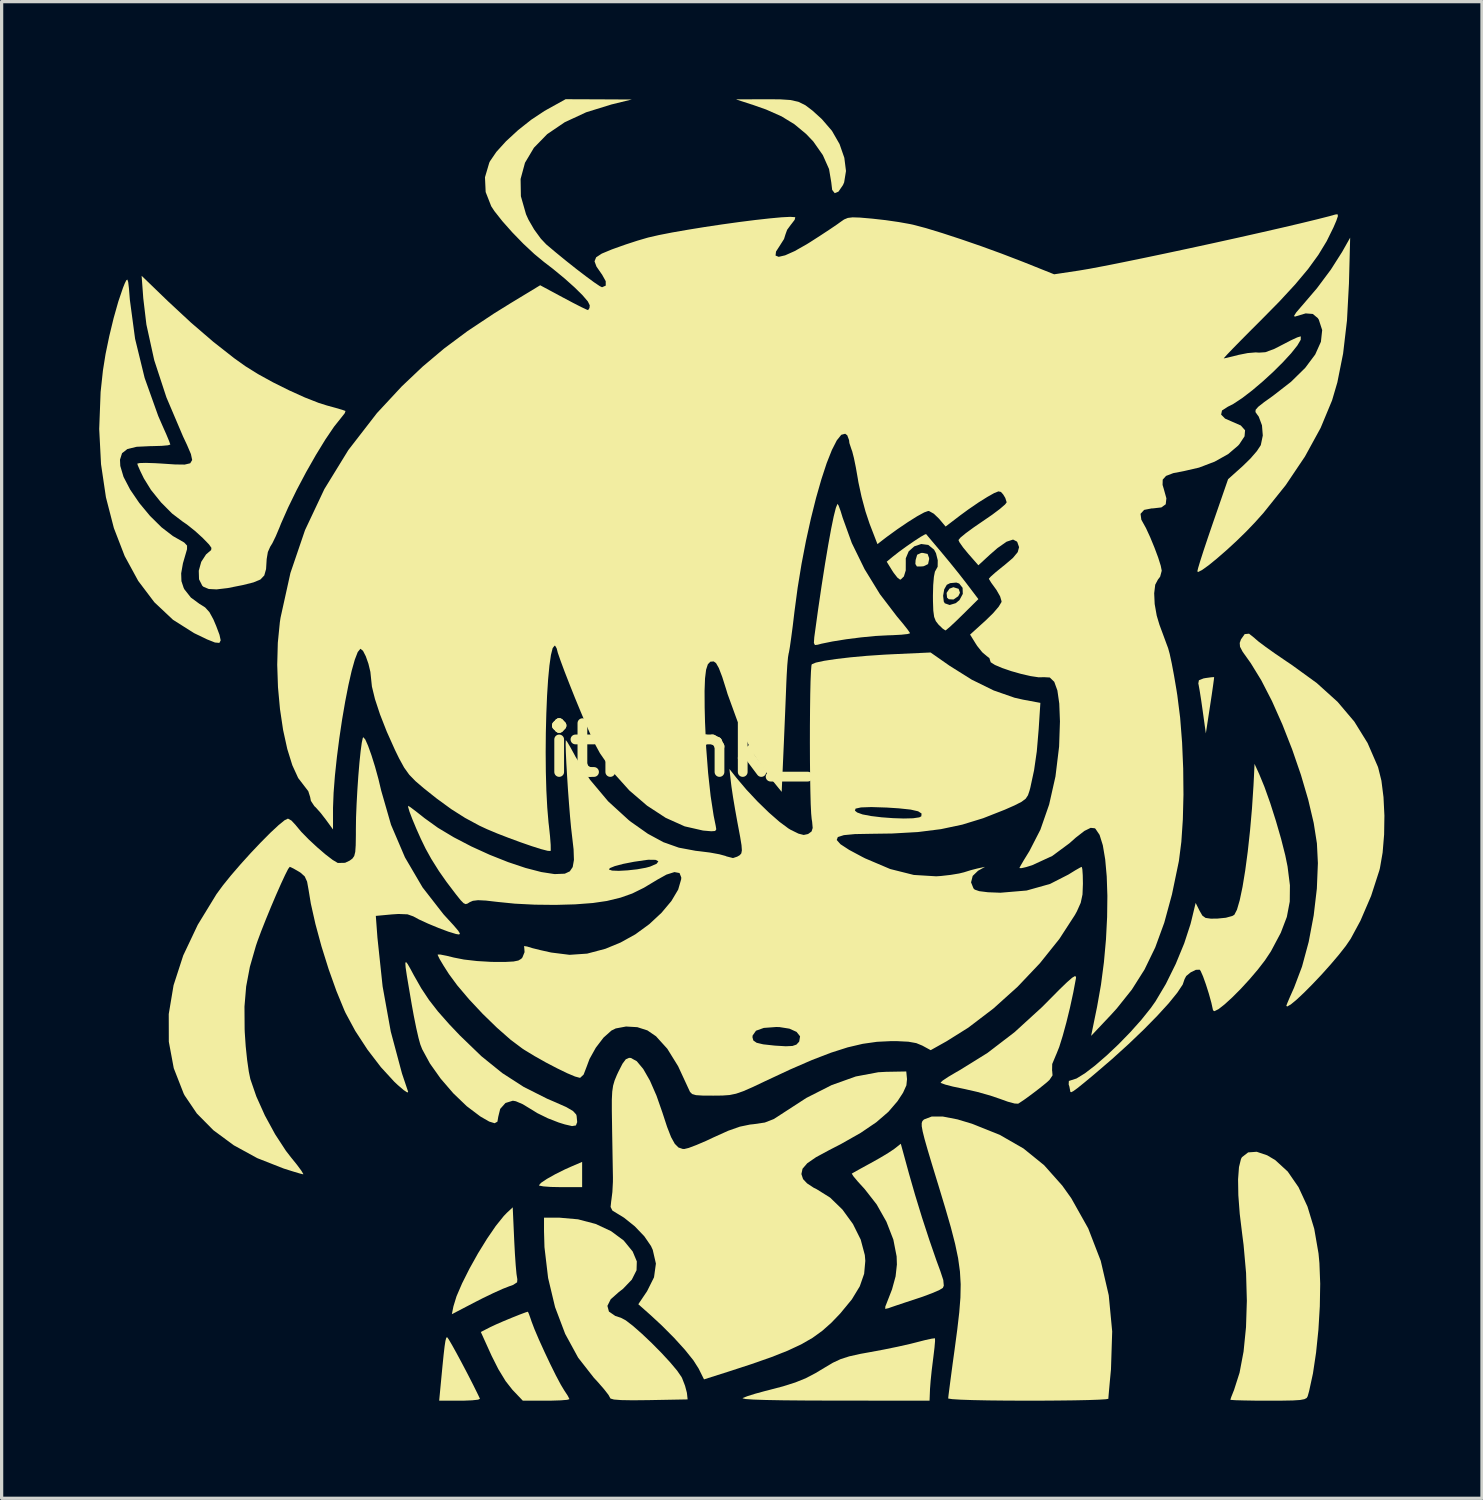
<source format=kicad_pcb>
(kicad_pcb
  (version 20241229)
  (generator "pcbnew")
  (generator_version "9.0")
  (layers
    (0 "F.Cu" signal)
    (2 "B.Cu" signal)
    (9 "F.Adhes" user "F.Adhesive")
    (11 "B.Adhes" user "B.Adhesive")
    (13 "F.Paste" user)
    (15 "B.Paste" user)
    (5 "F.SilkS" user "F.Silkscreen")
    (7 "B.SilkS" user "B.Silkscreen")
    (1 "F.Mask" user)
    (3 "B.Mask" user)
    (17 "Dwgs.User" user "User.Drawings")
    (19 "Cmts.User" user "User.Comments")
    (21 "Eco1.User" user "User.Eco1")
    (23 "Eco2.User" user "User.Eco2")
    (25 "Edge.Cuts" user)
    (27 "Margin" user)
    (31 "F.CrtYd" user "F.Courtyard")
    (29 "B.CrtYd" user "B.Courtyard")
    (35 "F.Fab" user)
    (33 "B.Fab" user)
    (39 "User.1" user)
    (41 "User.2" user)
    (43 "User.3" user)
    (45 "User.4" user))
  (footprint "akithimk_40mm"
    (layer "F.Cu")
    (at 19.927 20.005)
    (property "Reference" "akithimk_40mm" (at 0 0 0) (layer "F.SilkS") (effects (font (size 1.5 1.5) (thickness 0.3))))
    (attr board_only exclude_from_pos_files exclude_from_bom)
    (fp_poly (pts (xy 6.495 -4.952) (xy 6.537 -4.831) (xy 6.484 -4.725) (xy 6.337 -4.624) (xy 6.193 -4.632) (xy 6.139 -4.682) (xy 6.125 -4.827) (xy 6.213 -4.957) (xy 6.334 -5.002)) (stroke (width 0) (type solid)) (fill yes) (layer "F.SilkS"))
    (fp_poly (pts (xy 5.541 -6.025) (xy 5.587 -5.898) (xy 5.588 -5.862) (xy 5.555 -5.713) (xy 5.425 -5.649) (xy 5.367 -5.641) (xy 5.212 -5.639) (xy 5.165 -5.716) (xy 5.172 -5.836) (xy 5.22 -6) (xy 5.341 -6.055) (xy 5.393 -6.057)) (stroke (width 0) (type solid)) (fill yes) (layer "F.SilkS"))
    (fp_poly (pts (xy -5.08 13.054) (xy -5.08 13.442) (xy -5.744 13.442) (xy -6.044 13.436) (xy -6.274 13.419) (xy -6.397 13.395) (xy -6.408 13.384) (xy -6.342 13.309) (xy -6.165 13.19) (xy -5.912 13.048) (xy -5.616 12.9) (xy -5.429 12.816) (xy -5.08 12.666)) (stroke (width 0) (type solid)) (fill yes) (layer "F.SilkS"))
    (fp_poly (pts (xy 14.35 -2.238) (xy 14.342 -2.161) (xy 14.315 -1.962) (xy 14.273 -1.671) (xy 14.227 -1.368) (xy 14.095 -0.508) (xy 13.997 -1.211) (xy 13.95 -1.539) (xy 13.906 -1.817) (xy 13.873 -2.002) (xy 13.864 -2.042) (xy 13.882 -2.141) (xy 14.024 -2.198) (xy 14.085 -2.209) (xy 14.261 -2.233) (xy 14.348 -2.238)) (stroke (width 0) (type solid)) (fill yes) (layer "F.SilkS"))
    (fp_poly (pts (xy -9.184 18.119) (xy -9.081 18.294) (xy -8.938 18.552) (xy -8.771 18.863) (xy -8.595 19.198) (xy -8.426 19.529) (xy -8.279 19.826) (xy -8.221 19.949) (xy -8.279 19.976) (xy -8.46 19.996) (xy -8.728 20.007) (xy -8.834 20.007) (xy -9.475 20.007) (xy -9.425 19.48) (xy -9.376 18.968) (xy -9.338 18.593) (xy -9.308 18.334) (xy -9.283 18.171) (xy -9.26 18.084) (xy -9.238 18.054) (xy -9.232 18.054)) (stroke (width 0) (type solid)) (fill yes) (layer "F.SilkS"))
    (fp_poly (pts (xy -7.167 15.103) (xy -7.146 15.5) (xy -7.122 15.847) (xy -7.098 16.111) (xy -7.075 16.258) (xy -7.072 16.27) (xy -7.079 16.368) (xy -7.203 16.449) (xy -7.322 16.491) (xy -7.519 16.568) (xy -7.808 16.698) (xy -8.143 16.86) (xy -8.353 16.967) (xy -9.085 17.348) (xy -9.037 17.108) (xy -8.942 16.798) (xy -8.77 16.399) (xy -8.544 15.949) (xy -8.283 15.481) (xy -8.006 15.032) (xy -7.736 14.637) (xy -7.49 14.331) (xy -7.397 14.234) (xy -7.214 14.063)) (stroke (width 0) (type solid)) (fill yes) (layer "F.SilkS"))
    (fp_poly (pts (xy 1.007 -20.001) (xy 1.325 -19.98) (xy 1.569 -19.925) (xy 1.78 -19.822) (xy 2 -19.656) (xy 2.269 -19.412) (xy 2.293 -19.389) (xy 2.6 -19.033) (xy 2.834 -18.626) (xy 2.981 -18.203) (xy 3.032 -17.798) (xy 2.975 -17.448) (xy 2.938 -17.364) (xy 2.801 -17.164) (xy 2.685 -17.116) (xy 2.607 -17.217) (xy 2.579 -17.452) (xy 2.511 -17.857) (xy 2.32 -18.287) (xy 2.027 -18.705) (xy 1.806 -18.937) (xy 1.445 -19.236) (xy 1.05 -19.478) (xy 0.576 -19.688) (xy 0.195 -19.822) (xy -0.352 -20) (xy 0.574 -20.004)) (stroke (width 0) (type solid)) (fill yes) (layer "F.SilkS"))
    (fp_poly (pts (xy -6.717 17.338) (xy -6.658 17.503) (xy -6.638 17.565) (xy -6.547 17.805) (xy -6.409 18.129) (xy -6.24 18.501) (xy -6.06 18.882) (xy -5.886 19.233) (xy -5.736 19.515) (xy -5.632 19.688) (xy -5.525 19.851) (xy -5.472 19.954) (xy -5.471 19.961) (xy -5.543 19.981) (xy -5.737 19.997) (xy -6.019 20.006) (xy -6.188 20.007) (xy -6.904 20.007) (xy -7.223 19.672) (xy -7.432 19.406) (xy -7.656 19.038) (xy -7.868 18.617) (xy -7.868 18.616) (xy -8.195 17.895) (xy -7.898 17.743) (xy -7.727 17.663) (xy -7.488 17.559) (xy -7.227 17.451) (xy -6.986 17.355) (xy -6.811 17.29) (xy -6.747 17.272)) (stroke (width 0) (type solid)) (fill yes) (layer "F.SilkS"))
    (fp_poly (pts (xy 2.805 -7.512) (xy 2.866 -7.345) (xy 2.93 -7.137) (xy 3.211 -6.359) (xy 3.603 -5.558) (xy 4.076 -4.787) (xy 4.598 -4.103) (xy 4.787 -3.877) (xy 4.929 -3.697) (xy 4.998 -3.596) (xy 5.001 -3.586) (xy 4.929 -3.563) (xy 4.736 -3.542) (xy 4.458 -3.527) (xy 4.323 -3.523) (xy 3.943 -3.503) (xy 3.499 -3.46) (xy 3.041 -3.402) (xy 2.617 -3.334) (xy 2.278 -3.265) (xy 2.163 -3.234) (xy 2.077 -3.224) (xy 2.045 -3.289) (xy 2.057 -3.463) (xy 2.066 -3.529) (xy 2.174 -4.313) (xy 2.282 -5.046) (xy 2.387 -5.715) (xy 2.486 -6.304) (xy 2.576 -6.798) (xy 2.655 -7.183) (xy 2.721 -7.443) (xy 2.77 -7.563) (xy 2.771 -7.565)) (stroke (width 0) (type solid)) (fill yes) (layer "F.SilkS"))
    (fp_poly (pts (xy 5.768 18.09) (xy 5.77 18.174) (xy 5.753 18.373) (xy 5.72 18.65) (xy 5.71 18.729) (xy 5.667 19.076) (xy 5.633 19.409) (xy 5.614 19.662) (xy 5.614 19.675) (xy 5.601 20.007) (xy 2.664 20.005) (xy 1.813 20.002) (xy 1.117 19.996) (xy 0.575 19.986) (xy 0.184 19.973) (xy -0.055 19.956) (xy -0.146 19.935) (xy -0.141 19.925) (xy -0.004 19.87) (xy 0.237 19.794) (xy 0.537 19.712) (xy 0.607 19.695) (xy 1.094 19.567) (xy 1.473 19.447) (xy 1.791 19.319) (xy 2.093 19.161) (xy 2.373 18.993) (xy 2.63 18.84) (xy 2.866 18.73) (xy 3.13 18.645) (xy 3.469 18.569) (xy 3.768 18.515) (xy 4.192 18.436) (xy 4.626 18.347) (xy 5.007 18.261) (xy 5.197 18.213) (xy 5.466 18.144) (xy 5.669 18.1) (xy 5.765 18.089)) (stroke (width 0) (type solid)) (fill yes) (layer "F.SilkS"))
    (fp_poly (pts (xy 4.969 13.029) (xy 5.157 13.684) (xy 5.371 14.382) (xy 5.595 15.068) (xy 5.81 15.69) (xy 5.93 16.016) (xy 6.023 16.298) (xy 6.039 16.472) (xy 6.01 16.539) (xy 5.903 16.605) (xy 5.684 16.7) (xy 5.391 16.81) (xy 5.211 16.87) (xy 4.883 16.978) (xy 4.598 17.073) (xy 4.399 17.141) (xy 4.344 17.162) (xy 4.238 17.186) (xy 4.242 17.108) (xy 4.258 17.071) (xy 4.447 16.586) (xy 4.557 16.185) (xy 4.597 15.821) (xy 4.589 15.573) (xy 4.488 15.055) (xy 4.275 14.505) (xy 3.973 13.971) (xy 3.606 13.501) (xy 3.586 13.479) (xy 3.397 13.272) (xy 3.263 13.112) (xy 3.211 13.03) (xy 3.212 13.025) (xy 3.291 12.979) (xy 3.472 12.878) (xy 3.72 12.742) (xy 3.789 12.705) (xy 4.077 12.543) (xy 4.335 12.388) (xy 4.511 12.27) (xy 4.526 12.259) (xy 4.717 12.108)) (stroke (width 0) (type solid)) (fill yes) (layer "F.SilkS"))
    (fp_poly (pts (xy 10.104 6.977) (xy 10.102 7.02) (xy 10.02 7.456) (xy 9.919 7.922) (xy 9.807 8.38) (xy 9.693 8.796) (xy 9.588 9.133) (xy 9.499 9.355) (xy 9.493 9.367) (xy 9.372 9.657) (xy 9.368 9.861) (xy 9.371 9.869) (xy 9.382 10.006) (xy 9.288 10.146) (xy 9.19 10.235) (xy 8.974 10.409) (xy 8.729 10.596) (xy 8.502 10.761) (xy 8.341 10.867) (xy 8.323 10.877) (xy 8.215 10.871) (xy 8.01 10.816) (xy 7.776 10.732) (xy 7.468 10.627) (xy 7.081 10.518) (xy 6.69 10.428) (xy 6.624 10.414) (xy 6.321 10.351) (xy 6.086 10.29) (xy 5.956 10.242) (xy 5.94 10.227) (xy 6.003 10.167) (xy 6.174 10.053) (xy 6.419 9.908) (xy 6.528 9.846) (xy 7.379 9.318) (xy 8.213 8.679) (xy 9.054 7.911) (xy 9.269 7.695) (xy 9.598 7.363) (xy 9.833 7.136) (xy 9.987 7.003) (xy 10.073 6.953)) (stroke (width 0) (type solid)) (fill yes) (layer "F.SilkS"))
    (fp_poly (pts (xy 15.98 12.463) (xy 16.228 12.61) (xy 16.612 12.962) (xy 16.945 13.445) (xy 17.22 14.039) (xy 17.428 14.724) (xy 17.559 15.48) (xy 17.587 15.779) (xy 17.611 16.411) (xy 17.599 17.108) (xy 17.556 17.827) (xy 17.484 18.529) (xy 17.388 19.171) (xy 17.27 19.714) (xy 17.226 19.871) (xy 17.195 19.924) (xy 17.125 19.961) (xy 16.992 19.986) (xy 16.772 20) (xy 16.442 20.006) (xy 16.016 20.007) (xy 15.609 20.006) (xy 15.264 20) (xy 15.008 19.993) (xy 14.867 19.983) (xy 14.849 19.978) (xy 14.876 19.894) (xy 14.944 19.723) (xy 14.963 19.676) (xy 15.132 19.147) (xy 15.255 18.496) (xy 15.33 17.75) (xy 15.356 16.936) (xy 15.332 16.082) (xy 15.255 15.215) (xy 15.215 14.904) (xy 15.137 14.262) (xy 15.094 13.689) (xy 15.086 13.204) (xy 15.114 12.826) (xy 15.176 12.575) (xy 15.205 12.522) (xy 15.395 12.374) (xy 15.659 12.355)) (stroke (width 0) (type solid)) (fill yes) (layer "F.SilkS"))
    (fp_poly (pts (xy -5.207 14.431) (xy -4.667 14.573) (xy -4.191 14.795) (xy -3.803 15.082) (xy -3.526 15.421) (xy -3.399 15.725) (xy -3.407 15.997) (xy -3.553 16.286) (xy -3.823 16.568) (xy -3.951 16.667) (xy -4.202 16.89) (xy -4.303 17.093) (xy -4.256 17.268) (xy -4.06 17.403) (xy -3.886 17.459) (xy -3.738 17.538) (xy -3.514 17.711) (xy -3.241 17.951) (xy -2.943 18.234) (xy -2.646 18.534) (xy -2.377 18.825) (xy -2.161 19.082) (xy -2.025 19.279) (xy -2.007 19.314) (xy -1.916 19.549) (xy -1.861 19.757) (xy -1.857 19.783) (xy -1.837 19.968) (xy -3.028 19.99) (xy -3.525 19.995) (xy -3.878 19.989) (xy -4.101 19.972) (xy -4.207 19.942) (xy -4.22 19.921) (xy -4.271 19.828) (xy -4.407 19.653) (xy -4.604 19.427) (xy -4.724 19.297) (xy -5.203 18.684) (xy -5.601 17.954) (xy -5.912 17.131) (xy -6.126 16.235) (xy -6.238 15.288) (xy -6.252 14.793) (xy -6.252 14.38) (xy -5.787 14.38)) (stroke (width 0) (type solid)) (fill yes) (layer "F.SilkS"))
    (fp_poly (pts (xy -10.445 6.582) (xy -10.364 6.723) (xy -10.256 6.924) (xy -10.027 7.327) (xy -9.789 7.686) (xy -9.513 8.041) (xy -9.17 8.43) (xy -8.838 8.779) (xy -8.178 9.416) (xy -7.536 9.935) (xy -6.876 10.361) (xy -6.157 10.723) (xy -5.901 10.833) (xy -5.567 10.981) (xy -5.362 11.101) (xy -5.265 11.206) (xy -5.25 11.251) (xy -5.232 11.443) (xy -5.271 11.545) (xy -5.39 11.565) (xy -5.615 11.513) (xy -5.801 11.455) (xy -6.133 11.326) (xy -6.461 11.165) (xy -6.673 11.034) (xy -6.905 10.893) (xy -7.117 10.802) (xy -7.21 10.785) (xy -7.437 10.855) (xy -7.599 11.037) (xy -7.659 11.28) (xy -7.684 11.429) (xy -7.77 11.477) (xy -7.937 11.426) (xy -8.203 11.273) (xy -8.215 11.265) (xy -8.626 10.955) (xy -9.042 10.556) (xy -9.43 10.105) (xy -9.759 9.641) (xy -9.997 9.203) (xy -10.056 9.052) (xy -10.11 8.856) (xy -10.18 8.55) (xy -10.255 8.178) (xy -10.317 7.837) (xy -10.406 7.315) (xy -10.47 6.935) (xy -10.507 6.684) (xy -10.515 6.55) (xy -10.495 6.52)) (stroke (width 0) (type solid)) (fill yes) (layer "F.SilkS"))
    (fp_poly (pts (xy 6.46 11.359) (xy 6.905 11.493) (xy 7.758 11.834) (xy 8.489 12.254) (xy 9.123 12.768) (xy 9.681 13.395) (xy 9.959 13.785) (xy 10.479 14.711) (xy 10.864 15.708) (xy 11.11 16.767) (xy 11.216 17.879) (xy 11.179 19.032) (xy 11.178 19.051) (xy 11.145 19.399) (xy 11.119 19.688) (xy 11.102 19.883) (xy 11.098 19.949) (xy 11.023 19.963) (xy 10.81 19.976) (xy 10.478 19.988) (xy 10.046 19.997) (xy 9.532 20.003) (xy 8.955 20.007) (xy 8.636 20.007) (xy 7.985 20.005) (xy 7.411 19.999) (xy 6.928 19.989) (xy 6.552 19.976) (xy 6.298 19.96) (xy 6.18 19.942) (xy 6.174 19.936) (xy 6.184 19.839) (xy 6.213 19.613) (xy 6.256 19.284) (xy 6.31 18.878) (xy 6.37 18.444) (xy 6.453 17.82) (xy 6.514 17.294) (xy 6.55 16.839) (xy 6.558 16.427) (xy 6.535 16.032) (xy 6.479 15.627) (xy 6.386 15.183) (xy 6.255 14.675) (xy 6.081 14.074) (xy 5.863 13.353) (xy 5.845 13.296) (xy 5.671 12.726) (xy 5.54 12.288) (xy 5.447 11.961) (xy 5.389 11.729) (xy 5.361 11.572) (xy 5.36 11.472) (xy 5.381 11.411) (xy 5.422 11.369) (xy 5.432 11.361) (xy 5.666 11.272) (xy 6.006 11.271)) (stroke (width 0) (type solid)) (fill yes) (layer "F.SilkS"))
    (fp_poly (pts (xy 15.593 -3.438) (xy 15.598 -3.432) (xy 15.714 -3.332) (xy 15.934 -3.167) (xy 16.231 -2.956) (xy 16.576 -2.721) (xy 16.727 -2.62) (xy 17.506 -2.055) (xy 18.145 -1.478) (xy 18.66 -0.87) (xy 19.068 -0.211) (xy 19.384 0.517) (xy 19.394 0.547) (xy 19.493 0.946) (xy 19.557 1.453) (xy 19.585 2.02) (xy 19.576 2.603) (xy 19.53 3.157) (xy 19.447 3.636) (xy 19.429 3.706) (xy 19.176 4.489) (xy 18.848 5.252) (xy 18.547 5.809) (xy 18.395 6.031) (xy 18.184 6.299) (xy 17.933 6.595) (xy 17.66 6.9) (xy 17.382 7.194) (xy 17.119 7.459) (xy 16.888 7.676) (xy 16.708 7.825) (xy 16.596 7.889) (xy 16.569 7.868) (xy 16.599 7.787) (xy 16.677 7.602) (xy 16.789 7.351) (xy 16.805 7.316) (xy 17.052 6.662) (xy 17.257 5.903) (xy 17.411 5.088) (xy 17.508 4.265) (xy 17.54 3.481) (xy 17.51 2.874) (xy 17.411 2.245) (xy 17.243 1.532) (xy 17.019 0.769) (xy 16.75 -0.013) (xy 16.449 -0.78) (xy 16.129 -1.5) (xy 15.8 -2.139) (xy 15.477 -2.666) (xy 15.388 -2.791) (xy 15.225 -3.02) (xy 15.146 -3.171) (xy 15.137 -3.289) (xy 15.174 -3.396) (xy 15.289 -3.56) (xy 15.423 -3.573)) (stroke (width 0) (type solid)) (fill yes) (layer "F.SilkS"))
    (fp_poly (pts (xy 18.495 -14.341) (xy 18.434 -13.201) (xy 18.315 -12.184) (xy 18.138 -11.298) (xy 17.976 -10.746) (xy 17.624 -9.899) (xy 17.143 -9.021) (xy 16.55 -8.139) (xy 15.863 -7.282) (xy 15.606 -6.995) (xy 15.33 -6.707) (xy 15.029 -6.414) (xy 14.724 -6.134) (xy 14.434 -5.882) (xy 14.181 -5.676) (xy 13.983 -5.534) (xy 13.862 -5.471) (xy 13.833 -5.487) (xy 13.858 -5.592) (xy 13.926 -5.818) (xy 14.03 -6.142) (xy 14.162 -6.536) (xy 14.306 -6.958) (xy 14.779 -8.323) (xy 15.233 -8.73) (xy 15.468 -8.96) (xy 15.663 -9.185) (xy 15.78 -9.362) (xy 15.786 -9.376) (xy 15.846 -9.665) (xy 15.821 -9.979) (xy 15.721 -10.247) (xy 15.669 -10.317) (xy 15.621 -10.387) (xy 15.626 -10.457) (xy 15.705 -10.548) (xy 15.877 -10.684) (xy 16.154 -10.882) (xy 16.713 -11.316) (xy 17.149 -11.744) (xy 17.458 -12.157) (xy 17.633 -12.548) (xy 17.672 -12.907) (xy 17.568 -13.227) (xy 17.536 -13.276) (xy 17.383 -13.403) (xy 17.164 -13.42) (xy 16.856 -13.328) (xy 16.842 -13.323) (xy 16.803 -13.336) (xy 16.87 -13.445) (xy 17.036 -13.639) (xy 17.041 -13.644) (xy 17.509 -14.191) (xy 17.939 -14.767) (xy 18.287 -15.314) (xy 18.293 -15.325) (xy 18.532 -15.748)) (stroke (width 0) (type solid)) (fill yes) (layer "F.SilkS"))
    (fp_poly (pts (xy 5.553 -6.565) (xy 5.687 -6.406) (xy 5.872 -6.187) (xy 5.949 -6.096) (xy 6.212 -5.779) (xy 6.494 -5.43) (xy 6.734 -5.122) (xy 6.741 -5.112) (xy 7.102 -4.636) (xy 6.616 -4.155) (xy 6.394 -3.939) (xy 6.215 -3.773) (xy 6.106 -3.683) (xy 6.088 -3.673) (xy 6.01 -3.724) (xy 5.881 -3.848) (xy 5.875 -3.854) (xy 5.793 -3.96) (xy 5.742 -4.09) (xy 5.716 -4.283) (xy 5.706 -4.576) (xy 5.705 -4.738) (xy 6.018 -4.738) (xy 6.038 -4.561) (xy 6.07 -4.507) (xy 6.219 -4.455) (xy 6.405 -4.511) (xy 6.52 -4.605) (xy 6.623 -4.796) (xy 6.617 -4.983) (xy 6.512 -5.115) (xy 6.424 -5.145) (xy 6.233 -5.127) (xy 6.131 -5.076) (xy 6.052 -4.937) (xy 6.018 -4.738) (xy 5.705 -4.738) (xy 5.705 -4.748) (xy 5.713 -5.068) (xy 5.735 -5.324) (xy 5.766 -5.481) (xy 5.783 -5.51) (xy 5.85 -5.631) (xy 5.853 -5.831) (xy 5.799 -6.047) (xy 5.74 -6.157) (xy 5.561 -6.302) (xy 5.345 -6.33) (xy 5.132 -6.258) (xy 4.96 -6.105) (xy 4.87 -5.89) (xy 4.87 -5.744) (xy 4.869 -5.519) (xy 4.812 -5.333) (xy 4.715 -5.239) (xy 4.693 -5.236) (xy 4.612 -5.297) (xy 4.495 -5.448) (xy 4.454 -5.511) (xy 4.284 -5.786) (xy 4.467 -5.938) (xy 4.66 -6.089) (xy 4.891 -6.257) (xy 5.124 -6.418) (xy 5.325 -6.549) (xy 5.46 -6.625) (xy 5.496 -6.634)) (stroke (width 0) (type solid)) (fill yes) (layer "F.SilkS"))
    (fp_poly (pts (xy -19.036 -14.384) (xy -19.013 -14.192) (xy -18.987 -13.865) (xy -18.984 -13.833) (xy -18.824 -12.639) (xy -18.53 -11.435) (xy -18.112 -10.265) (xy -17.979 -9.96) (xy -17.863 -9.699) (xy -17.779 -9.497) (xy -17.742 -9.392) (xy -17.741 -9.387) (xy -17.813 -9.365) (xy -18.004 -9.348) (xy -18.277 -9.34) (xy -18.358 -9.339) (xy -18.777 -9.319) (xy -19.061 -9.25) (xy -19.225 -9.122) (xy -19.288 -8.923) (xy -19.279 -8.73) (xy -19.179 -8.393) (xy -18.975 -8.002) (xy -18.695 -7.591) (xy -18.365 -7.194) (xy -18.011 -6.844) (xy -17.66 -6.574) (xy -17.518 -6.493) (xy -17.314 -6.376) (xy -17.226 -6.281) (xy -17.227 -6.171) (xy -17.233 -6.149) (xy -17.353 -5.736) (xy -17.407 -5.428) (xy -17.399 -5.188) (xy -17.33 -4.98) (xy -17.308 -4.937) (xy -17.108 -4.683) (xy -16.849 -4.493) (xy -16.671 -4.381) (xy -16.539 -4.236) (xy -16.417 -4.013) (xy -16.33 -3.808) (xy -16.229 -3.539) (xy -16.192 -3.368) (xy -16.233 -3.29) (xy -16.369 -3.302) (xy -16.611 -3.398) (xy -16.976 -3.574) (xy -17.013 -3.592) (xy -17.659 -4.001) (xy -18.232 -4.54) (xy -18.728 -5.196) (xy -19.144 -5.96) (xy -19.476 -6.82) (xy -19.72 -7.765) (xy -19.871 -8.784) (xy -19.927 -9.866) (xy -19.884 -11.001) (xy -19.812 -11.669) (xy -19.732 -12.169) (xy -19.618 -12.719) (xy -19.484 -13.273) (xy -19.34 -13.783) (xy -19.197 -14.204) (xy -19.142 -14.341) (xy -19.094 -14.439) (xy -19.061 -14.46)) (stroke (width 0) (type solid)) (fill yes) (layer "F.SilkS"))
    (fp_poly (pts (xy -17.811 -13.792) (xy -17.105 -13.136) (xy -16.419 -12.546) (xy -15.781 -12.045) (xy -15.435 -11.798) (xy -15.048 -11.556) (xy -14.584 -11.301) (xy -14.088 -11.054) (xy -13.604 -10.835) (xy -13.176 -10.667) (xy -12.928 -10.589) (xy -12.658 -10.515) (xy -12.454 -10.455) (xy -12.357 -10.421) (xy -12.355 -10.42) (xy -12.378 -10.352) (xy -12.479 -10.223) (xy -12.483 -10.218) (xy -12.707 -9.937) (xy -12.974 -9.543) (xy -13.266 -9.066) (xy -13.566 -8.539) (xy -13.856 -7.991) (xy -14.118 -7.454) (xy -14.337 -6.959) (xy -14.385 -6.838) (xy -14.497 -6.573) (xy -14.603 -6.354) (xy -14.67 -6.246) (xy -14.742 -6.084) (xy -14.779 -5.864) (xy -14.779 -5.855) (xy -14.797 -5.559) (xy -14.852 -5.364) (xy -14.972 -5.238) (xy -15.187 -5.149) (xy -15.516 -5.067) (xy -15.98 -4.975) (xy -16.319 -4.935) (xy -16.557 -4.947) (xy -16.716 -5.011) (xy -16.758 -5.047) (xy -16.858 -5.246) (xy -16.866 -5.509) (xy -16.79 -5.782) (xy -16.642 -6.01) (xy -16.564 -6.077) (xy -16.486 -6.143) (xy -16.477 -6.212) (xy -16.552 -6.318) (xy -16.724 -6.495) (xy -16.743 -6.515) (xy -16.982 -6.732) (xy -17.23 -6.93) (xy -17.358 -7.017) (xy -17.686 -7.267) (xy -18.027 -7.61) (xy -18.335 -7.993) (xy -18.555 -8.349) (xy -18.665 -8.575) (xy -18.738 -8.742) (xy -18.757 -8.801) (xy -18.685 -8.819) (xy -18.491 -8.824) (xy -18.21 -8.815) (xy -18.034 -8.805) (xy -17.596 -8.776) (xy -17.299 -8.772) (xy -17.129 -8.812) (xy -17.069 -8.913) (xy -17.107 -9.094) (xy -17.226 -9.373) (xy -17.351 -9.639) (xy -17.861 -10.839) (xy -18.235 -11.98) (xy -18.476 -13.077) (xy -18.572 -13.884) (xy -18.623 -14.576)) (stroke (width 0) (type solid)) (fill yes) (layer "F.SilkS"))
    (fp_poly (pts (xy 15.735 0.742) (xy 15.897 1.136) (xy 16.074 1.633) (xy 16.249 2.183) (xy 16.409 2.735) (xy 16.537 3.24) (xy 16.607 3.583) (xy 16.68 4.161) (xy 16.675 4.663) (xy 16.585 5.135) (xy 16.4 5.621) (xy 16.111 6.165) (xy 16.083 6.213) (xy 15.913 6.469) (xy 15.692 6.755) (xy 15.438 7.053) (xy 15.172 7.343) (xy 14.911 7.605) (xy 14.676 7.82) (xy 14.486 7.969) (xy 14.359 8.033) (xy 14.316 8.006) (xy 14.265 7.774) (xy 14.187 7.493) (xy 14.097 7.209) (xy 14.009 6.963) (xy 13.936 6.798) (xy 13.906 6.757) (xy 13.789 6.761) (xy 13.629 6.839) (xy 13.493 6.95) (xy 13.442 7.045) (xy 13.384 7.214) (xy 13.216 7.466) (xy 12.954 7.789) (xy 12.608 8.168) (xy 12.194 8.59) (xy 11.723 9.041) (xy 11.209 9.507) (xy 10.668 9.971) (xy 10.358 10.229) (xy 10.148 10.398) (xy 10.019 10.492) (xy 9.952 10.525) (xy 9.928 10.509) (xy 9.926 10.489) (xy 9.899 10.348) (xy 9.878 10.284) (xy 9.884 10.178) (xy 9.938 10.16) (xy 10.117 10.103) (xy 10.375 9.944) (xy 10.69 9.703) (xy 11.042 9.398) (xy 11.41 9.051) (xy 11.773 8.678) (xy 12.11 8.301) (xy 12.401 7.938) (xy 12.546 7.733) (xy 12.866 7.195) (xy 13.17 6.579) (xy 13.431 5.946) (xy 13.623 5.357) (xy 13.654 5.235) (xy 13.782 4.704) (xy 13.905 4.95) (xy 13.988 5.094) (xy 14.086 5.165) (xy 14.248 5.188) (xy 14.448 5.186) (xy 14.71 5.16) (xy 14.908 5.106) (xy 14.971 5.069) (xy 15.052 4.913) (xy 15.137 4.621) (xy 15.223 4.212) (xy 15.306 3.706) (xy 15.384 3.122) (xy 15.454 2.479) (xy 15.514 1.797) (xy 15.56 1.096) (xy 15.574 0.821) (xy 15.592 0.43)) (stroke (width 0) (type solid)) (fill yes) (layer "F.SilkS"))
    (fp_poly (pts (xy -3.584 9.47) (xy -3.401 9.57) (xy -3.202 9.808) (xy -2.996 10.167) (xy -2.793 10.632) (xy -2.614 11.144) (xy -2.468 11.59) (xy -2.345 11.905) (xy -2.232 12.109) (xy -2.119 12.223) (xy -1.991 12.267) (xy -1.94 12.27) (xy -1.805 12.237) (xy -1.569 12.148) (xy -1.267 12.019) (xy -1.027 11.906) (xy -0.587 11.708) (xy -0.232 11.583) (xy 0.081 11.518) (xy 0.195 11.506) (xy 0.536 11.456) (xy 0.809 11.35) (xy 1.016 11.217) (xy 1.814 10.699) (xy 2.591 10.305) (xy 3.332 10.04) (xy 4.024 9.91) (xy 4.259 9.897) (xy 4.885 9.886) (xy 4.908 10.123) (xy 4.889 10.312) (xy 4.786 10.54) (xy 4.615 10.801) (xy 4.335 11.127) (xy 3.963 11.448) (xy 3.481 11.775) (xy 2.872 12.12) (xy 2.518 12.302) (xy 2.112 12.521) (xy 1.842 12.707) (xy 1.696 12.876) (xy 1.661 13.04) (xy 1.712 13.195) (xy 1.835 13.326) (xy 2.041 13.462) (xy 2.131 13.506) (xy 2.544 13.764) (xy 2.924 14.133) (xy 3.246 14.576) (xy 3.484 15.054) (xy 3.611 15.53) (xy 3.626 15.709) (xy 3.59 16.106) (xy 3.456 16.491) (xy 3.212 16.893) (xy 2.852 17.33) (xy 2.579 17.614) (xy 2.303 17.859) (xy 2.001 18.077) (xy 1.653 18.277) (xy 1.237 18.471) (xy 0.733 18.67) (xy 0.119 18.885) (xy -0.608 19.122) (xy -1.333 19.352) (xy -1.499 19.019) (xy -1.66 18.766) (xy -1.92 18.442) (xy -2.254 18.074) (xy -2.639 17.688) (xy -2.985 17.368) (xy -3.353 17.042) (xy -3.083 16.641) (xy -2.87 16.214) (xy -2.812 15.793) (xy -2.909 15.371) (xy -2.964 15.251) (xy -3.167 14.955) (xy -3.46 14.648) (xy -3.79 14.383) (xy -3.989 14.261) (xy -4.15 14.162) (xy -4.205 14.052) (xy -4.185 13.863) (xy -4.182 13.847) (xy -4.15 13.592) (xy -4.134 13.281) (xy -4.133 13.149) (xy -4.137 12.923) (xy -4.143 12.58) (xy -4.15 12.163) (xy -4.158 11.711) (xy -4.16 11.547) (xy -4.167 11.088) (xy -4.167 10.752) (xy -4.155 10.508) (xy -4.128 10.323) (xy -4.082 10.164) (xy -4.014 9.999) (xy -3.968 9.9) (xy -3.839 9.647) (xy -3.738 9.512) (xy -3.639 9.468)) (stroke (width 0) (type solid)) (fill yes) (layer "F.SilkS"))
    (fp_poly (pts (xy -11.747 -0.32) (xy -11.661 -0.126) (xy -11.558 0.161) (xy -11.448 0.512) (xy -11.342 0.897) (xy -11.258 1.25) (xy -10.955 2.303) (xy -10.527 3.304) (xy -9.986 4.227) (xy -9.347 5.048) (xy -9.269 5.134) (xy -9.03 5.394) (xy -8.89 5.559) (xy -8.837 5.646) (xy -8.861 5.675) (xy -8.951 5.661) (xy -8.956 5.66) (xy -9.189 5.589) (xy -9.494 5.475) (xy -9.816 5.341) (xy -10.097 5.212) (xy -10.27 5.118) (xy -10.448 5.055) (xy -10.727 5.044) (xy -10.928 5.057) (xy -11.423 5.103) (xy -11.373 5.775) (xy -11.214 7.271) (xy -10.964 8.656) (xy -10.618 9.95) (xy -10.429 10.512) (xy -10.453 10.533) (xy -10.567 10.458) (xy -10.75 10.301) (xy -10.858 10.199) (xy -11.267 9.753) (xy -11.68 9.214) (xy -12.055 8.639) (xy -12.353 8.087) (xy -12.388 8.011) (xy -12.634 7.413) (xy -12.874 6.74) (xy -13.094 6.038) (xy -13.28 5.351) (xy -13.421 4.724) (xy -13.489 4.31) (xy -13.536 4.049) (xy -13.61 3.888) (xy -13.742 3.771) (xy -13.786 3.744) (xy -13.956 3.646) (xy -14.062 3.597) (xy -14.07 3.595) (xy -14.12 3.663) (xy -14.214 3.849) (xy -14.342 4.125) (xy -14.491 4.462) (xy -14.649 4.834) (xy -14.804 5.212) (xy -14.945 5.568) (xy -15.059 5.875) (xy -15.108 6.018) (xy -15.295 6.669) (xy -15.409 7.272) (xy -15.461 7.892) (xy -15.456 8.589) (xy -15.452 8.686) (xy -15.423 9.113) (xy -15.379 9.534) (xy -15.327 9.896) (xy -15.28 10.121) (xy -15.096 10.655) (xy -14.833 11.24) (xy -14.519 11.816) (xy -14.187 12.325) (xy -14.033 12.524) (xy -13.845 12.757) (xy -13.712 12.937) (xy -13.653 13.037) (xy -13.656 13.048) (xy -13.755 13.024) (xy -13.96 12.963) (xy -14.23 12.878) (xy -14.263 12.867) (xy -15.067 12.551) (xy -15.79 12.155) (xy -16.416 11.693) (xy -16.925 11.178) (xy -17.3 10.624) (xy -17.331 10.564) (xy -17.635 9.786) (xy -17.787 8.971) (xy -17.789 8.12) (xy -17.641 7.236) (xy -17.344 6.32) (xy -16.897 5.376) (xy -16.32 4.432) (xy -16.123 4.164) (xy -15.869 3.85) (xy -15.576 3.511) (xy -15.265 3.167) (xy -14.955 2.84) (xy -14.666 2.549) (xy -14.417 2.317) (xy -14.23 2.164) (xy -14.124 2.112) (xy -14.018 2.171) (xy -13.885 2.313) (xy -13.872 2.331) (xy -13.715 2.518) (xy -13.49 2.748) (xy -13.231 2.989) (xy -12.973 3.211) (xy -12.75 3.382) (xy -12.597 3.473) (xy -12.589 3.476) (xy -12.369 3.471) (xy -12.227 3.404) (xy -12.142 3.341) (xy -12.087 3.262) (xy -12.055 3.135) (xy -12.041 2.929) (xy -12.036 2.613) (xy -12.036 2.441) (xy -12.031 2.079) (xy -12.014 1.666) (xy -11.99 1.228) (xy -11.96 0.792) (xy -11.926 0.387) (xy -11.89 0.041) (xy -11.855 -0.22) (xy -11.823 -0.368) (xy -11.808 -0.391)) (stroke (width 0) (type solid)) (fill yes) (layer "F.SilkS"))
    (fp_poly (pts (xy 6.215 -2.588) (xy 6.897 -2.16) (xy 7.575 -1.827) (xy 8.215 -1.604) (xy 8.47 -1.546) (xy 9.008 -1.446) (xy 8.956 -0.641) (xy 8.898 0.044) (xy 8.814 0.627) (xy 8.699 1.161) (xy 8.674 1.254) (xy 8.627 1.394) (xy 8.556 1.501) (xy 8.429 1.596) (xy 8.216 1.705) (xy 7.912 1.839) (xy 7.249 2.1) (xy 6.608 2.297) (xy 5.952 2.436) (xy 5.245 2.525) (xy 4.449 2.57) (xy 3.798 2.579) (xy 3.306 2.588) (xy 2.967 2.62) (xy 2.781 2.679) (xy 2.747 2.77) (xy 2.863 2.9) (xy 3.128 3.073) (xy 3.541 3.294) (xy 3.622 3.335) (xy 4.391 3.662) (xy 5.116 3.844) (xy 5.805 3.886) (xy 5.954 3.876) (xy 6.253 3.842) (xy 6.511 3.799) (xy 6.658 3.763) (xy 6.873 3.696) (xy 7.073 3.645) (xy 7.307 3.595) (xy 7.092 3.715) (xy 6.927 3.874) (xy 6.877 4.072) (xy 6.951 4.257) (xy 6.99 4.295) (xy 7.129 4.343) (xy 7.395 4.376) (xy 7.756 4.39) (xy 7.791 4.39) (xy 8.585 4.323) (xy 9.304 4.121) (xy 9.87 3.832) (xy 10.079 3.703) (xy 10.23 3.617) (xy 10.28 3.595) (xy 10.298 3.666) (xy 10.311 3.854) (xy 10.316 4.116) (xy 10.316 4.116) (xy 10.303 4.446) (xy 10.248 4.701) (xy 10.131 4.963) (xy 10.07 5.074) (xy 9.592 5.811) (xy 8.994 6.558) (xy 8.307 7.282) (xy 7.562 7.952) (xy 6.792 8.539) (xy 6.125 8.957) (xy 5.636 9.231) (xy 5.377 9.09) (xy 5.192 9.014) (xy 4.95 8.971) (xy 4.612 8.954) (xy 4.416 8.953) (xy 3.984 8.974) (xy 3.547 9.036) (xy 3.083 9.145) (xy 2.57 9.309) (xy 1.987 9.533) (xy 1.313 9.826) (xy 0.532 10.191) (xy 0.152 10.371) (xy -0.128 10.493) (xy -0.347 10.569) (xy -0.546 10.61) (xy -0.765 10.626) (xy -1.044 10.629) (xy -1.053 10.629) (xy -1.377 10.627) (xy -1.581 10.614) (xy -1.697 10.58) (xy -1.763 10.515) (xy -1.81 10.414) (xy -2.13 9.723) (xy -2.462 9.187) (xy -2.783 8.833) (xy 0.156 8.833) (xy 0.184 8.934) (xy 0.285 9.004) (xy 0.487 9.052) (xy 0.815 9.088) (xy 0.86 9.092) (xy 1.181 9.111) (xy 1.385 9.102) (xy 1.508 9.06) (xy 1.586 8.976) (xy 1.594 8.963) (xy 1.62 8.805) (xy 1.512 8.669) (xy 1.293 8.57) (xy 0.985 8.521) (xy 0.885 8.519) (xy 0.505 8.547) (xy 0.265 8.633) (xy 0.162 8.779) (xy 0.156 8.833) (xy -2.783 8.833) (xy -2.806 8.806) (xy -3.074 8.623) (xy -3.384 8.524) (xy -3.73 8.504) (xy -4.047 8.563) (xy -4.179 8.628) (xy -4.422 8.845) (xy -4.66 9.156) (xy -4.853 9.502) (xy -4.945 9.749) (xy -5.034 9.981) (xy -5.137 10.078) (xy -5.155 10.08) (xy -5.299 10.041) (xy -5.543 9.938) (xy -5.853 9.787) (xy -6.198 9.607) (xy -6.542 9.413) (xy -6.853 9.224) (xy -6.917 9.182) (xy -7.282 8.908) (xy -7.7 8.54) (xy -8.136 8.116) (xy -8.554 7.67) (xy -8.919 7.239) (xy -9.174 6.893) (xy -9.339 6.635) (xy -9.461 6.43) (xy -9.519 6.309) (xy -9.521 6.29) (xy -9.435 6.292) (xy -9.243 6.33) (xy -9.023 6.384) (xy -8.713 6.445) (xy -8.312 6.491) (xy -7.888 6.516) (xy -7.79 6.518) (xy -7.427 6.518) (xy -7.188 6.505) (xy -7.041 6.475) (xy -6.952 6.423) (xy -6.916 6.381) (xy -6.85 6.217) (xy -6.857 6.114) (xy -6.865 6.03) (xy -6.767 6.045) (xy -6.754 6.05) (xy -6.606 6.095) (xy -6.356 6.157) (xy -6.056 6.224) (xy -6.026 6.23) (xy -5.466 6.3) (xy -4.926 6.263) (xy -4.364 6.114) (xy -3.899 5.922) (xy -3.444 5.67) (xy -3.017 5.358) (xy -2.64 5.008) (xy -2.336 4.646) (xy -2.127 4.294) (xy -2.035 3.976) (xy -2.032 3.922) (xy -2.086 3.785) (xy -2.242 3.756) (xy -2.486 3.833) (xy -2.76 3.985) (xy -3.181 4.238) (xy -3.54 4.415) (xy -3.896 4.541) (xy -4.307 4.641) (xy -4.319 4.644) (xy -4.751 4.707) (xy -5.294 4.748) (xy -5.903 4.765) (xy -6.536 4.758) (xy -7.147 4.727) (xy -7.676 4.674) (xy -8.038 4.632) (xy -8.28 4.62) (xy -8.438 4.639) (xy -8.532 4.679) (xy -8.603 4.724) (xy -8.661 4.741) (xy -8.725 4.712) (xy -8.817 4.618) (xy -8.957 4.443) (xy -9.166 4.168) (xy -9.25 4.057) (xy -9.482 3.726) (xy -9.717 3.352) (xy -9.893 3.034) (xy -10.039 2.733) (xy -10.178 2.422) (xy -10.298 2.134) (xy -10.387 1.901) (xy -10.43 1.754) (xy -10.426 1.719) (xy -10.355 1.765) (xy -10.195 1.885) (xy -9.977 2.057) (xy -9.927 2.097) (xy -9.514 2.394) (xy -9.025 2.687) (xy -8.485 2.968) (xy -7.921 3.225) (xy -7.357 3.449) (xy -6.82 3.629) (xy -6.335 3.755) (xy -5.927 3.818) (xy -5.624 3.806) (xy -5.605 3.802) (xy -5.459 3.733) (xy -5.422 3.678) (xy -4.256 3.678) (xy -4.159 3.71) (xy -3.952 3.718) (xy -3.681 3.703) (xy -3.389 3.671) (xy -3.123 3.623) (xy -2.989 3.587) (xy -2.789 3.499) (xy -2.736 3.425) (xy -2.822 3.38) (xy -3.04 3.377) (xy -3.107 3.384) (xy -3.485 3.439) (xy -3.817 3.504) (xy -4.074 3.572) (xy -4.228 3.634) (xy -4.256 3.678) (xy -5.422 3.678) (xy -5.37 3.601) (xy -5.332 3.383) (xy -5.343 3.056) (xy -5.39 2.648) (xy -5.42 2.39) (xy -5.452 2.046) (xy -5.484 1.645) (xy -5.516 1.217) (xy -5.543 0.792) (xy -5.566 0.399) (xy -5.581 0.068) (xy -5.587 -0.172) (xy -5.583 -0.292) (xy -5.58 -0.299) (xy -5.539 -0.247) (xy -5.445 -0.088) (xy -5.316 0.147) (xy -5.281 0.214) (xy -4.838 0.917) (xy -4.28 1.581) (xy -3.646 2.16) (xy -3.578 2.213) (xy -3.058 2.579) (xy -2.582 2.837) (xy -2.108 3.005) (xy -1.59 3.102) (xy -1.475 3.115) (xy -1.148 3.156) (xy -0.864 3.208) (xy -0.672 3.26) (xy -0.641 3.274) (xy -0.442 3.325) (xy -0.313 3.282) (xy -0.235 3.237) (xy -0.187 3.182) (xy -0.169 3.089) (xy -0.18 2.931) (xy -0.221 2.679) (xy -0.291 2.306) (xy -0.306 2.227) (xy -0.376 1.838) (xy -0.441 1.452) (xy -0.489 1.13) (xy -0.503 1.016) (xy -0.552 0.586) (xy -0.335 0.86) (xy -0.029 1.222) (xy 0.314 1.588) (xy 0.664 1.928) (xy 0.99 2.213) (xy 1.261 2.414) (xy 1.329 2.455) (xy 1.571 2.574) (xy 1.732 2.615) (xy 1.857 2.588) (xy 1.878 2.578) (xy 1.974 2.507) (xy 2.008 2.4) (xy 1.991 2.207) (xy 1.977 2.125) (xy 1.961 1.953) (xy 1.957 1.868) (xy 3.307 1.868) (xy 3.376 1.924) (xy 3.54 1.983) (xy 3.802 2.033) (xy 4.126 2.072) (xy 4.475 2.098) (xy 4.809 2.109) (xy 5.092 2.102) (xy 5.285 2.074) (xy 5.348 2.041) (xy 5.355 1.955) (xy 5.249 1.887) (xy 5.02 1.835) (xy 4.654 1.796) (xy 4.282 1.772) (xy 3.811 1.757) (xy 3.493 1.768) (xy 3.326 1.805) (xy 3.307 1.868) (xy 1.957 1.868) (xy 1.947 1.662) (xy 1.937 1.275) (xy 1.929 0.817) (xy 1.924 0.311) (xy 1.922 -0.219) (xy 1.923 -0.75) (xy 1.927 -1.258) (xy 1.933 -1.72) (xy 1.942 -2.111) (xy 1.955 -2.409) (xy 1.969 -2.589) (xy 1.98 -2.632) (xy 2.104 -2.684) (xy 2.36 -2.739) (xy 2.722 -2.794) (xy 3.166 -2.846) (xy 3.669 -2.892) (xy 4.204 -2.928) (xy 4.438 -2.94) (xy 5.633 -2.995)) (stroke (width 0) (type solid)) (fill yes) (layer "F.SilkS"))
    (fp_poly (pts (xy -4.572 -20.001) (xy -3.556 -19.996) (xy -4.177 -19.844) (xy -4.956 -19.603) (xy -5.617 -19.296) (xy -6.154 -18.931) (xy -6.562 -18.513) (xy -6.837 -18.051) (xy -6.972 -17.552) (xy -6.963 -17.021) (xy -6.805 -16.467) (xy -6.729 -16.3) (xy -6.555 -15.999) (xy -6.349 -15.717) (xy -6.183 -15.541) (xy -5.892 -15.296) (xy -5.575 -15.037) (xy -5.256 -14.784) (xy -4.96 -14.558) (xy -4.713 -14.376) (xy -4.539 -14.259) (xy -4.468 -14.224) (xy -4.354 -14.274) (xy -4.355 -14.411) (xy -4.469 -14.616) (xy -4.483 -14.634) (xy -4.639 -14.859) (xy -4.699 -15.021) (xy -4.649 -15.145) (xy -4.477 -15.258) (xy -4.169 -15.386) (xy -4.103 -15.41) (xy -3.746 -15.537) (xy -3.381 -15.656) (xy -3.08 -15.744) (xy -3.048 -15.753) (xy -2.72 -15.828) (xy -2.306 -15.909) (xy -1.829 -15.992) (xy -1.311 -16.076) (xy -0.777 -16.156) (xy -0.251 -16.229) (xy 0.246 -16.292) (xy 0.688 -16.341) (xy 1.054 -16.375) (xy 1.318 -16.388) (xy 1.459 -16.379) (xy 1.473 -16.372) (xy 1.453 -16.296) (xy 1.351 -16.163) (xy 1.342 -16.153) (xy 1.222 -15.989) (xy 1.172 -15.851) (xy 1.127 -15.707) (xy 1.016 -15.532) (xy 1.016 -15.531) (xy 0.881 -15.322) (xy 0.866 -15.198) (xy 0.963 -15.159) (xy 1.161 -15.205) (xy 1.453 -15.335) (xy 1.827 -15.547) (xy 1.919 -15.604) (xy 2.238 -15.809) (xy 2.533 -16.003) (xy 2.763 -16.159) (xy 2.854 -16.225) (xy 2.972 -16.307) (xy 3.087 -16.355) (xy 3.236 -16.373) (xy 3.459 -16.366) (xy 3.794 -16.337) (xy 3.849 -16.332) (xy 4.249 -16.287) (xy 4.657 -16.228) (xy 5.003 -16.166) (xy 5.097 -16.146) (xy 5.49 -16.042) (xy 5.992 -15.889) (xy 6.569 -15.7) (xy 7.187 -15.487) (xy 7.81 -15.26) (xy 8.404 -15.032) (xy 8.486 -15) (xy 9.431 -14.622) (xy 10.195 -14.737) (xy 10.52 -14.792) (xy 10.969 -14.877) (xy 11.522 -14.987) (xy 12.156 -15.117) (xy 12.848 -15.262) (xy 13.578 -15.418) (xy 14.324 -15.58) (xy 15.062 -15.743) (xy 15.772 -15.903) (xy 16.432 -16.054) (xy 17.02 -16.192) (xy 17.513 -16.312) (xy 17.891 -16.408) (xy 18.075 -16.46) (xy 18.144 -16.468) (xy 18.156 -16.413) (xy 18.107 -16.269) (xy 18.019 -16.064) (xy 17.809 -15.638) (xy 17.553 -15.217) (xy 17.236 -14.781) (xy 16.84 -14.309) (xy 16.351 -13.78) (xy 15.845 -13.267) (xy 15.49 -12.912) (xy 15.179 -12.598) (xy 14.925 -12.339) (xy 14.745 -12.151) (xy 14.654 -12.049) (xy 14.646 -12.036) (xy 14.737 -12.054) (xy 14.931 -12.101) (xy 15.104 -12.145) (xy 15.381 -12.2) (xy 15.628 -12.221) (xy 15.731 -12.214) (xy 15.926 -12.227) (xy 16.203 -12.33) (xy 16.458 -12.461) (xy 16.71 -12.592) (xy 16.905 -12.682) (xy 17.008 -12.713) (xy 17.014 -12.711) (xy 17.012 -12.609) (xy 16.907 -12.431) (xy 16.718 -12.194) (xy 16.466 -11.92) (xy 16.169 -11.625) (xy 15.848 -11.331) (xy 15.523 -11.055) (xy 15.213 -10.817) (xy 14.939 -10.636) (xy 14.77 -10.55) (xy 14.592 -10.435) (xy 14.565 -10.309) (xy 14.686 -10.186) (xy 14.887 -10.098) (xy 15.17 -9.974) (xy 15.301 -9.827) (xy 15.285 -9.641) (xy 15.126 -9.4) (xy 15.089 -9.357) (xy 14.782 -9.095) (xy 14.366 -8.862) (xy 13.885 -8.679) (xy 13.452 -8.579) (xy 13.094 -8.509) (xy 12.872 -8.424) (xy 12.769 -8.309) (xy 12.765 -8.147) (xy 12.801 -8.026) (xy 12.882 -7.735) (xy 12.862 -7.552) (xy 12.728 -7.455) (xy 12.467 -7.425) (xy 12.43 -7.425) (xy 12.198 -7.379) (xy 12.087 -7.257) (xy 12.112 -7.076) (xy 12.144 -7.019) (xy 12.255 -6.819) (xy 12.384 -6.539) (xy 12.514 -6.223) (xy 12.629 -5.916) (xy 12.709 -5.662) (xy 12.739 -5.509) (xy 12.69 -5.325) (xy 12.622 -5.236) (xy 12.539 -5.08) (xy 12.507 -4.816) (xy 12.522 -4.485) (xy 12.585 -4.128) (xy 12.669 -3.847) (xy 12.779 -3.551) (xy 12.883 -3.268) (xy 12.936 -3.126) (xy 12.984 -2.952) (xy 13.047 -2.659) (xy 13.118 -2.282) (xy 13.19 -1.857) (xy 13.218 -1.68) (xy 13.305 -0.99) (xy 13.365 -0.225) (xy 13.399 0.576) (xy 13.407 1.376) (xy 13.388 2.138) (xy 13.342 2.825) (xy 13.269 3.398) (xy 13.262 3.439) (xy 13.054 4.441) (xy 12.817 5.312) (xy 12.539 6.074) (xy 12.21 6.752) (xy 11.82 7.369) (xy 11.357 7.949) (xy 11.165 8.16) (xy 10.568 8.792) (xy 10.752 7.894) (xy 10.871 7.222) (xy 10.962 6.526) (xy 11.025 5.825) (xy 11.06 5.139) (xy 11.068 4.488) (xy 11.048 3.89) (xy 11.001 3.365) (xy 10.928 2.932) (xy 10.828 2.612) (xy 10.701 2.424) (xy 10.68 2.409) (xy 10.554 2.396) (xy 10.363 2.49) (xy 10.095 2.698) (xy 9.903 2.869) (xy 9.374 3.26) (xy 8.756 3.545) (xy 8.585 3.598) (xy 8.429 3.635) (xy 8.362 3.633) (xy 8.362 3.633) (xy 8.401 3.558) (xy 8.502 3.385) (xy 8.646 3.151) (xy 8.671 3.111) (xy 9.009 2.452) (xy 9.278 1.678) (xy 9.472 0.817) (xy 9.584 -0.103) (xy 9.61 -0.876) (xy 9.589 -1.425) (xy 9.531 -1.828) (xy 9.435 -2.093) (xy 9.298 -2.226) (xy 9.124 -2.236) (xy 8.957 -2.232) (xy 8.71 -2.269) (xy 8.417 -2.336) (xy 8.113 -2.422) (xy 7.833 -2.518) (xy 7.611 -2.612) (xy 7.482 -2.694) (xy 7.466 -2.74) (xy 7.44 -2.823) (xy 7.356 -2.887) (xy 7.22 -3.003) (xy 7.067 -3.194) (xy 7.026 -3.257) (xy 6.847 -3.546) (xy 7.331 -3.984) (xy 7.555 -4.203) (xy 7.724 -4.4) (xy 7.81 -4.541) (xy 7.815 -4.568) (xy 7.77 -4.721) (xy 7.657 -4.919) (xy 7.62 -4.97) (xy 7.498 -5.138) (xy 7.43 -5.249) (xy 7.425 -5.265) (xy 7.482 -5.328) (xy 7.632 -5.461) (xy 7.847 -5.636) (xy 7.894 -5.672) (xy 8.164 -5.902) (xy 8.312 -6.081) (xy 8.353 -6.234) (xy 8.299 -6.387) (xy 8.289 -6.404) (xy 8.169 -6.467) (xy 7.969 -6.401) (xy 7.689 -6.205) (xy 7.459 -6.005) (xy 7.102 -5.676) (xy 6.798 -6.023) (xy 6.633 -6.223) (xy 6.521 -6.382) (xy 6.49 -6.452) (xy 6.55 -6.526) (xy 6.716 -6.663) (xy 6.962 -6.843) (xy 7.229 -7.026) (xy 7.525 -7.229) (xy 7.764 -7.409) (xy 7.922 -7.545) (xy 7.972 -7.612) (xy 7.929 -7.747) (xy 7.865 -7.853) (xy 7.796 -7.931) (xy 7.718 -7.948) (xy 7.588 -7.896) (xy 7.377 -7.777) (xy 7.107 -7.608) (xy 6.792 -7.392) (xy 6.545 -7.211) (xy 6.095 -6.867) (xy 5.893 -7.107) (xy 5.733 -7.261) (xy 5.588 -7.342) (xy 5.561 -7.346) (xy 5.437 -7.302) (xy 5.218 -7.182) (xy 4.935 -7.004) (xy 4.616 -6.788) (xy 4.292 -6.553) (xy 4.207 -6.488) (xy 3.999 -6.327) (xy 3.757 -6.953) (xy 3.631 -7.332) (xy 3.51 -7.783) (xy 3.414 -8.227) (xy 3.395 -8.342) (xy 3.335 -8.684) (xy 3.275 -8.977) (xy 3.223 -9.18) (xy 3.2 -9.241) (xy 3.136 -9.435) (xy 3.126 -9.525) (xy 3.071 -9.672) (xy 3.007 -9.72) (xy 2.887 -9.688) (xy 2.749 -9.516) (xy 2.598 -9.22) (xy 2.438 -8.816) (xy 2.275 -8.319) (xy 2.111 -7.745) (xy 1.952 -7.108) (xy 1.801 -6.425) (xy 1.664 -5.711) (xy 1.545 -4.982) (xy 1.448 -4.252) (xy 1.444 -4.22) (xy 1.395 -3.809) (xy 1.347 -3.447) (xy 1.307 -3.166) (xy 1.278 -2.998) (xy 1.27 -2.97) (xy 1.249 -2.845) (xy 1.227 -2.604) (xy 1.208 -2.286) (xy 1.198 -2.071) (xy 1.184 -1.708) (xy 1.165 -1.24) (xy 1.143 -0.719) (xy 1.121 -0.195) (xy 1.112 -0.000001) (xy 1.055 1.29) (xy 0.641 0.782) (xy 0.16 0.083) (xy -0.258 -0.753) (xy -0.61 -1.721) (xy -0.644 -1.836) (xy -0.773 -2.244) (xy -0.877 -2.516) (xy -0.964 -2.669) (xy -1.035 -2.72) (xy -1.138 -2.712) (xy -1.215 -2.632) (xy -1.269 -2.465) (xy -1.302 -2.197) (xy -1.316 -1.813) (xy -1.313 -1.298) (xy -1.302 -0.86) (xy -1.266 -0.061) (xy -1.207 0.709) (xy -1.13 1.415) (xy -1.037 2.021) (xy -0.973 2.336) (xy -0.956 2.442) (xy -0.991 2.493) (xy -1.112 2.501) (xy -1.354 2.48) (xy -1.364 2.479) (xy -1.928 2.35) (xy -2.51 2.089) (xy -3.084 1.714) (xy -3.629 1.246) (xy -4.119 0.701) (xy -4.533 0.101) (xy -4.693 -0.194) (xy -4.815 -0.453) (xy -4.964 -0.794) (xy -5.13 -1.187) (xy -5.303 -1.606) (xy -5.469 -2.023) (xy -5.62 -2.41) (xy -5.742 -2.739) (xy -5.827 -2.983) (xy -5.861 -3.114) (xy -5.862 -3.12) (xy -5.909 -3.201) (xy -5.927 -3.204) (xy -5.986 -3.13) (xy -6.039 -2.919) (xy -6.086 -2.592) (xy -6.126 -2.17) (xy -6.158 -1.672) (xy -6.181 -1.118) (xy -6.196 -0.529) (xy -6.201 0.074) (xy -6.196 0.673) (xy -6.18 1.247) (xy -6.152 1.775) (xy -6.113 2.237) (xy -6.101 2.335) (xy -6.067 2.656) (xy -6.047 2.915) (xy -6.045 3.075) (xy -6.051 3.108) (xy -6.141 3.102) (xy -6.345 3.049) (xy -6.632 2.958) (xy -6.972 2.84) (xy -7.334 2.707) (xy -7.688 2.57) (xy -8.003 2.438) (xy -8.235 2.33) (xy -8.678 2.091) (xy -9.102 1.822) (xy -9.552 1.494) (xy -9.949 1.178) (xy -10.206 0.958) (xy -10.396 0.762) (xy -10.552 0.544) (xy -10.709 0.258) (xy -10.834 0.001) (xy -11.086 -0.561) (xy -11.294 -1.092) (xy -11.449 -1.563) (xy -11.543 -1.949) (xy -11.567 -2.176) (xy -11.59 -2.399) (xy -11.65 -2.648) (xy -11.731 -2.878) (xy -11.817 -3.046) (xy -11.893 -3.108) (xy -11.899 -3.107) (xy -11.979 -3.008) (xy -12.069 -2.775) (xy -12.166 -2.43) (xy -12.265 -1.994) (xy -12.364 -1.489) (xy -12.459 -0.936) (xy -12.545 -0.358) (xy -12.62 0.225) (xy -12.68 0.79) (xy -12.721 1.316) (xy -12.739 1.781) (xy -12.739 1.867) (xy -12.739 2.446) (xy -12.961 2.141) (xy -13.121 1.935) (xy -13.267 1.771) (xy -13.312 1.729) (xy -13.419 1.567) (xy -13.442 1.448) (xy -13.499 1.269) (xy -13.609 1.126) (xy -13.81 0.864) (xy -13.99 0.471) (xy -14.145 -0.028) (xy -14.273 -0.611) (xy -14.369 -1.253) (xy -14.431 -1.93) (xy -14.454 -2.618) (xy -14.436 -3.292) (xy -14.373 -3.928) (xy -14.352 -4.065) (xy -14.048 -5.44) (xy -13.599 -6.758) (xy -13.005 -8.018) (xy -12.268 -9.218) (xy -11.389 -10.354) (xy -10.626 -11.175) (xy -9.986 -11.782) (xy -9.325 -12.339) (xy -8.608 -12.873) (xy -7.799 -13.411) (xy -7.29 -13.727) (xy -6.37 -14.285) (xy -5.659 -13.903) (xy -5.359 -13.744) (xy -5.111 -13.617) (xy -4.946 -13.539) (xy -4.897 -13.521) (xy -4.854 -13.586) (xy -4.846 -13.669) (xy -4.905 -13.788) (xy -5.069 -13.98) (xy -5.317 -14.224) (xy -5.626 -14.5) (xy -5.977 -14.789) (xy -6.252 -15) (xy -6.551 -15.247) (xy -6.888 -15.562) (xy -7.227 -15.911) (xy -7.534 -16.257) (xy -7.775 -16.562) (xy -7.874 -16.712) (xy -8.046 -17.151) (xy -8.067 -17.605) (xy -7.935 -18.053) (xy -7.913 -18.098) (xy -7.717 -18.385) (xy -7.418 -18.714) (xy -7.049 -19.054) (xy -6.645 -19.374) (xy -6.239 -19.643) (xy -6.155 -19.691) (xy -5.588 -20.005)) (stroke (width 0) (type solid)) (fill yes) (layer "F.SilkS")))
  (gr_rect
    (start -3 -3)
    (end 42.512 43.013)
    (stroke (width 0.1) (type default))
    (fill no)
    (layer "Edge.Cuts")))
</source>
